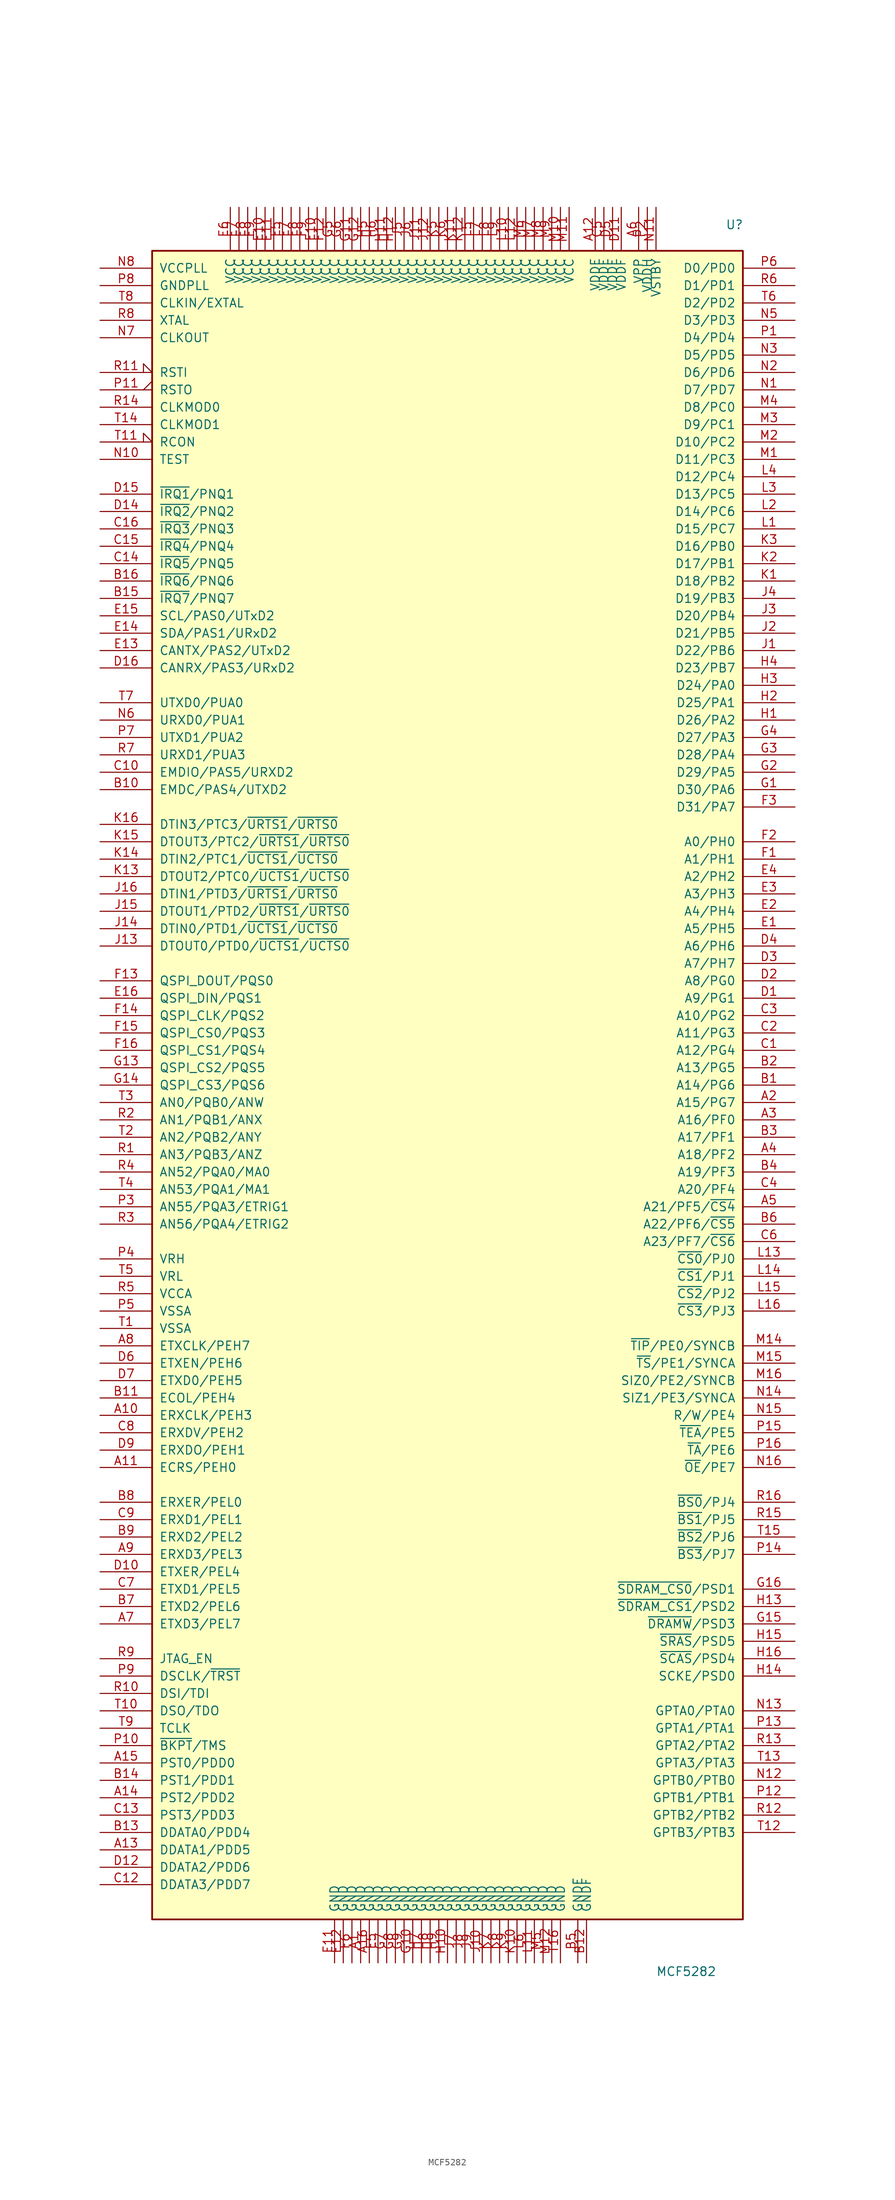
<source format=kicad_sym>
(kicad_symbol_lib
  (version 20201005)
  (generator kicad_symbol_editor)
  (symbol "MCF5282"
    (pin_names
      (offset 1.016))
    (property "Reference" "U"
      (at 40.64 125.73 0)
      (effects (font (size 1.27 1.27)) (justify left)))
    (property "Value" "MCF5282"
      (at 30.48 -129.54 0)
      (effects (font (size 1.27 1.27)) (justify left)))
    (symbol "MCF5282_0_1"
      (rectangle (start -43.18 121.92) (end 43.18 -121.92) (stroke (width 0.254)) (fill (type background))))
    (symbol "MCF5282_1_1"
      (pin power_in line (at -12.7 -128.27 90) (length 6.35) (name "GND" (effects (font (size 1.27 1.27)))) (number "A1" (effects (font (size 1.27 1.27)))))
      (pin bidirectional line (at -50.8 -48.26 0) (length 7.62) (name "ERXCLK/PEH3" (effects (font (size 1.27 1.27)))) (number "A10" (effects (font (size 1.27 1.27)))))
      (pin bidirectional line (at -50.8 -55.88 0) (length 7.62) (name "ECRS/PEH0" (effects (font (size 1.27 1.27)))) (number "A11" (effects (font (size 1.27 1.27)))))
      (pin power_in line (at 21.59 128.27 270) (length 6.35) (name "VDDF" (effects (font (size 1.27 1.27)))) (number "A12" (effects (font (size 1.27 1.27)))))
      (pin output line (at -50.8 -111.76 0) (length 7.62) (name "DDATA1/PDD5" (effects (font (size 1.27 1.27)))) (number "A13" (effects (font (size 1.27 1.27)))))
      (pin output line (at -50.8 -104.14 0) (length 7.62) (name "PST2/PDD2" (effects (font (size 1.27 1.27)))) (number "A14" (effects (font (size 1.27 1.27)))))
      (pin output line (at -50.8 -99.06 0) (length 7.62) (name "PST0/PDD0" (effects (font (size 1.27 1.27)))) (number "A15" (effects (font (size 1.27 1.27)))))
      (pin power_in line (at -11.43 -128.27 90) (length 6.35) (name "GND" (effects (font (size 1.27 1.27)))) (number "A16" (effects (font (size 1.27 1.27)))))
      (pin bidirectional line (at 50.8 -2.54 180) (length 7.62) (name "A15/PG7" (effects (font (size 1.27 1.27)))) (number "A2" (effects (font (size 1.27 1.27)))))
      (pin bidirectional line (at 50.8 -5.08 180) (length 7.62) (name "A16/PF0" (effects (font (size 1.27 1.27)))) (number "A3" (effects (font (size 1.27 1.27)))))
      (pin bidirectional line (at 50.8 -10.16 180) (length 7.62) (name "A18/PF2" (effects (font (size 1.27 1.27)))) (number "A4" (effects (font (size 1.27 1.27)))))
      (pin bidirectional line (at 50.8 -17.78 180) (length 7.62) (name "A21/PF5/~CS4~" (effects (font (size 1.27 1.27)))) (number "A5" (effects (font (size 1.27 1.27)))))
      (pin power_in line (at 27.94 128.27 270) (length 6.35) (name "VPP" (effects (font (size 1.27 1.27)))) (number "A6" (effects (font (size 1.27 1.27)))))
      (pin bidirectional line (at -50.8 -78.74 0) (length 7.62) (name "ETXD3/PEL7" (effects (font (size 1.27 1.27)))) (number "A7" (effects (font (size 1.27 1.27)))))
      (pin bidirectional line (at -50.8 -38.1 0) (length 7.62) (name "ETXCLK/PEH7" (effects (font (size 1.27 1.27)))) (number "A8" (effects (font (size 1.27 1.27)))))
      (pin bidirectional line (at -50.8 -68.58 0) (length 7.62) (name "ERXD3/PEL3" (effects (font (size 1.27 1.27)))) (number "A9" (effects (font (size 1.27 1.27)))))
      (pin bidirectional line (at 50.8 0 180) (length 7.62) (name "A14/PG6" (effects (font (size 1.27 1.27)))) (number "B1" (effects (font (size 1.27 1.27)))))
      (pin input line (at -50.8 43.18 0) (length 7.62) (name "EMDC/PAS4/UTXD2" (effects (font (size 1.27 1.27)))) (number "B10" (effects (font (size 1.27 1.27)))))
      (pin bidirectional line (at -50.8 -45.72 0) (length 7.62) (name "ECOL/PEH4" (effects (font (size 1.27 1.27)))) (number "B11" (effects (font (size 1.27 1.27)))))
      (pin power_in line (at 20.32 -128.27 90) (length 6.35) (name "GNDF" (effects (font (size 1.27 1.27)))) (number "B12" (effects (font (size 1.27 1.27)))))
      (pin output line (at -50.8 -109.22 0) (length 7.62) (name "DDATA0/PDD4" (effects (font (size 1.27 1.27)))) (number "B13" (effects (font (size 1.27 1.27)))))
      (pin output line (at -50.8 -101.6 0) (length 7.62) (name "PST1/PDD1" (effects (font (size 1.27 1.27)))) (number "B14" (effects (font (size 1.27 1.27)))))
      (pin bidirectional line (at -50.8 71.12 0) (length 7.62) (name "~IRQ7~/PNQ7" (effects (font (size 1.27 1.27)))) (number "B15" (effects (font (size 1.27 1.27)))))
      (pin bidirectional line (at -50.8 73.66 0) (length 7.62) (name "~IRQ6~/PNQ6" (effects (font (size 1.27 1.27)))) (number "B16" (effects (font (size 1.27 1.27)))))
      (pin bidirectional line (at 50.8 2.54 180) (length 7.62) (name "A13/PG5" (effects (font (size 1.27 1.27)))) (number "B2" (effects (font (size 1.27 1.27)))))
      (pin bidirectional line (at 50.8 -7.62 180) (length 7.62) (name "A17/PF1" (effects (font (size 1.27 1.27)))) (number "B3" (effects (font (size 1.27 1.27)))))
      (pin bidirectional line (at 50.8 -12.7 180) (length 7.62) (name "A19/PF3" (effects (font (size 1.27 1.27)))) (number "B4" (effects (font (size 1.27 1.27)))))
      (pin passive line (at 19.05 -128.27 90) (length 6.35) (name "GNDF" (effects (font (size 1.27 1.27)))) (number "B5" (effects (font (size 1.27 1.27)))))
      (pin bidirectional line (at 50.8 -20.32 180) (length 7.62) (name "A22/PF6/~CS5~" (effects (font (size 1.27 1.27)))) (number "B6" (effects (font (size 1.27 1.27)))))
      (pin bidirectional line (at -50.8 -76.2 0) (length 7.62) (name "ETXD2/PEL6" (effects (font (size 1.27 1.27)))) (number "B7" (effects (font (size 1.27 1.27)))))
      (pin bidirectional line (at -50.8 -60.96 0) (length 7.62) (name "ERXER/PEL0" (effects (font (size 1.27 1.27)))) (number "B8" (effects (font (size 1.27 1.27)))))
      (pin bidirectional line (at -50.8 -66.04 0) (length 7.62) (name "ERXD2/PEL2" (effects (font (size 1.27 1.27)))) (number "B9" (effects (font (size 1.27 1.27)))))
      (pin bidirectional line (at 50.8 5.08 180) (length 7.62) (name "A12/PG4" (effects (font (size 1.27 1.27)))) (number "C1" (effects (font (size 1.27 1.27)))))
      (pin bidirectional line (at -50.8 45.72 0) (length 7.62) (name "EMDIO/PAS5/URXD2" (effects (font (size 1.27 1.27)))) (number "C10" (effects (font (size 1.27 1.27)))))
      (pin output line (at -50.8 -116.84 0) (length 7.62) (name "DDATA3/PDD7" (effects (font (size 1.27 1.27)))) (number "C12" (effects (font (size 1.27 1.27)))))
      (pin output line (at -50.8 -106.68 0) (length 7.62) (name "PST3/PDD3" (effects (font (size 1.27 1.27)))) (number "C13" (effects (font (size 1.27 1.27)))))
      (pin bidirectional line (at -50.8 76.2 0) (length 7.62) (name "~IRQ5~/PNQ5" (effects (font (size 1.27 1.27)))) (number "C14" (effects (font (size 1.27 1.27)))))
      (pin bidirectional line (at -50.8 78.74 0) (length 7.62) (name "~IRQ4~/PNQ4" (effects (font (size 1.27 1.27)))) (number "C15" (effects (font (size 1.27 1.27)))))
      (pin bidirectional line (at -50.8 81.28 0) (length 7.62) (name "~IRQ3~/PNQ3" (effects (font (size 1.27 1.27)))) (number "C16" (effects (font (size 1.27 1.27)))))
      (pin bidirectional line (at 50.8 7.62 180) (length 7.62) (name "A11/PG3" (effects (font (size 1.27 1.27)))) (number "C2" (effects (font (size 1.27 1.27)))))
      (pin bidirectional line (at 50.8 10.16 180) (length 7.62) (name "A10/PG2" (effects (font (size 1.27 1.27)))) (number "C3" (effects (font (size 1.27 1.27)))))
      (pin bidirectional line (at 50.8 -15.24 180) (length 7.62) (name "A20/PF4" (effects (font (size 1.27 1.27)))) (number "C4" (effects (font (size 1.27 1.27)))))
      (pin power_in line (at 22.86 128.27 270) (length 6.35) (name "VDDF" (effects (font (size 1.27 1.27)))) (number "C5" (effects (font (size 1.27 1.27)))))
      (pin bidirectional line (at 50.8 -22.86 180) (length 7.62) (name "A23/PF7/~CS6~" (effects (font (size 1.27 1.27)))) (number "C6" (effects (font (size 1.27 1.27)))))
      (pin bidirectional line (at -50.8 -73.66 0) (length 7.62) (name "ETXD1/PEL5" (effects (font (size 1.27 1.27)))) (number "C7" (effects (font (size 1.27 1.27)))))
      (pin bidirectional line (at -50.8 -50.8 0) (length 7.62) (name "ERXDV/PEH2" (effects (font (size 1.27 1.27)))) (number "C8" (effects (font (size 1.27 1.27)))))
      (pin bidirectional line (at -50.8 -63.5 0) (length 7.62) (name "ERXD1/PEL1" (effects (font (size 1.27 1.27)))) (number "C9" (effects (font (size 1.27 1.27)))))
      (pin bidirectional line (at 50.8 12.7 180) (length 7.62) (name "A9/PG1" (effects (font (size 1.27 1.27)))) (number "D1" (effects (font (size 1.27 1.27)))))
      (pin bidirectional line (at -50.8 -71.12 0) (length 7.62) (name "ETXER/PEL4" (effects (font (size 1.27 1.27)))) (number "D10" (effects (font (size 1.27 1.27)))))
      (pin power_in line (at 25.4 128.27 270) (length 6.35) (name "VDDF" (effects (font (size 1.27 1.27)))) (number "D11" (effects (font (size 1.27 1.27)))))
      (pin output line (at -50.8 -114.3 0) (length 7.62) (name "DDATA2/PDD6" (effects (font (size 1.27 1.27)))) (number "D12" (effects (font (size 1.27 1.27)))))
      (pin bidirectional line (at -50.8 83.82 0) (length 7.62) (name "~IRQ2~/PNQ2" (effects (font (size 1.27 1.27)))) (number "D14" (effects (font (size 1.27 1.27)))))
      (pin bidirectional line (at -50.8 86.36 0) (length 7.62) (name "~IRQ1~/PNQ1" (effects (font (size 1.27 1.27)))) (number "D15" (effects (font (size 1.27 1.27)))))
      (pin bidirectional line (at -50.8 60.96 0) (length 7.62) (name "CANRX/PAS3/URxD2" (effects (font (size 1.27 1.27)))) (number "D16" (effects (font (size 1.27 1.27)))))
      (pin bidirectional line (at 50.8 15.24 180) (length 7.62) (name "A8/PG0" (effects (font (size 1.27 1.27)))) (number "D2" (effects (font (size 1.27 1.27)))))
      (pin bidirectional line (at 50.8 17.78 180) (length 7.62) (name "A7/PH7" (effects (font (size 1.27 1.27)))) (number "D3" (effects (font (size 1.27 1.27)))))
      (pin bidirectional line (at 50.8 20.32 180) (length 7.62) (name "A6/PH6" (effects (font (size 1.27 1.27)))) (number "D4" (effects (font (size 1.27 1.27)))))
      (pin power_in line (at 24.13 128.27 270) (length 6.35) (name "VDDF" (effects (font (size 1.27 1.27)))) (number "D5" (effects (font (size 1.27 1.27)))))
      (pin bidirectional line (at -50.8 -40.64 0) (length 7.62) (name "ETXEN/PEH6" (effects (font (size 1.27 1.27)))) (number "D6" (effects (font (size 1.27 1.27)))))
      (pin bidirectional line (at -50.8 -43.18 0) (length 7.62) (name "ETXD0/PEH5" (effects (font (size 1.27 1.27)))) (number "D7" (effects (font (size 1.27 1.27)))))
      (pin bidirectional line (at -50.8 -53.34 0) (length 7.62) (name "ERXDO/PEH1" (effects (font (size 1.27 1.27)))) (number "D9" (effects (font (size 1.27 1.27)))))
      (pin bidirectional line (at 50.8 22.86 180) (length 7.62) (name "A5/PH5" (effects (font (size 1.27 1.27)))) (number "E1" (effects (font (size 1.27 1.27)))))
      (pin power_in line (at -26.67 128.27 270) (length 6.35) (name "VCC" (effects (font (size 1.27 1.27)))) (number "E10" (effects (font (size 1.27 1.27)))))
      (pin power_in line (at -25.4 128.27 270) (length 6.35) (name "VCC" (effects (font (size 1.27 1.27)))) (number "E11" (effects (font (size 1.27 1.27)))))
      (pin power_in line (at -15.24 -128.27 90) (length 6.35) (name "GND" (effects (font (size 1.27 1.27)))) (number "E12" (effects (font (size 1.27 1.27)))))
      (pin bidirectional line (at -50.8 63.5 0) (length 7.62) (name "CANTX/PAS2/UTxD2" (effects (font (size 1.27 1.27)))) (number "E13" (effects (font (size 1.27 1.27)))))
      (pin bidirectional line (at -50.8 66.04 0) (length 7.62) (name "SDA/PAS1/URxD2" (effects (font (size 1.27 1.27)))) (number "E14" (effects (font (size 1.27 1.27)))))
      (pin bidirectional line (at -50.8 68.58 0) (length 7.62) (name "SCL/PAS0/UTxD2" (effects (font (size 1.27 1.27)))) (number "E15" (effects (font (size 1.27 1.27)))))
      (pin bidirectional line (at -50.8 12.7 0) (length 7.62) (name "QSPI_DIN/PQS1" (effects (font (size 1.27 1.27)))) (number "E16" (effects (font (size 1.27 1.27)))))
      (pin bidirectional line (at 50.8 25.4 180) (length 7.62) (name "A4/PH4" (effects (font (size 1.27 1.27)))) (number "E2" (effects (font (size 1.27 1.27)))))
      (pin bidirectional line (at 50.8 27.94 180) (length 7.62) (name "A3/PH3" (effects (font (size 1.27 1.27)))) (number "E3" (effects (font (size 1.27 1.27)))))
      (pin bidirectional line (at 50.8 30.48 180) (length 7.62) (name "A2/PH2" (effects (font (size 1.27 1.27)))) (number "E4" (effects (font (size 1.27 1.27)))))
      (pin power_in line (at -10.16 -128.27 90) (length 6.35) (name "GND" (effects (font (size 1.27 1.27)))) (number "E5" (effects (font (size 1.27 1.27)))))
      (pin power_in line (at -31.75 128.27 270) (length 6.35) (name "VCC" (effects (font (size 1.27 1.27)))) (number "E6" (effects (font (size 1.27 1.27)))))
      (pin power_in line (at -30.48 128.27 270) (length 6.35) (name "VCC" (effects (font (size 1.27 1.27)))) (number "E7" (effects (font (size 1.27 1.27)))))
      (pin power_in line (at -29.21 128.27 270) (length 6.35) (name "VCC" (effects (font (size 1.27 1.27)))) (number "E8" (effects (font (size 1.27 1.27)))))
      (pin power_in line (at -27.94 128.27 270) (length 6.35) (name "VCC" (effects (font (size 1.27 1.27)))) (number "E9" (effects (font (size 1.27 1.27)))))
      (pin bidirectional line (at 50.8 33.02 180) (length 7.62) (name "A1/PH1" (effects (font (size 1.27 1.27)))) (number "F1" (effects (font (size 1.27 1.27)))))
      (pin power_in line (at -19.05 128.27 270) (length 6.35) (name "VCC" (effects (font (size 1.27 1.27)))) (number "F10" (effects (font (size 1.27 1.27)))))
      (pin power_in line (at -16.51 -128.27 90) (length 6.35) (name "GND" (effects (font (size 1.27 1.27)))) (number "F11" (effects (font (size 1.27 1.27)))))
      (pin power_in line (at -17.78 128.27 270) (length 6.35) (name "VCC" (effects (font (size 1.27 1.27)))) (number "F12" (effects (font (size 1.27 1.27)))))
      (pin bidirectional line (at -50.8 15.24 0) (length 7.62) (name "QSPI_DOUT/PQS0" (effects (font (size 1.27 1.27)))) (number "F13" (effects (font (size 1.27 1.27)))))
      (pin bidirectional line (at -50.8 10.16 0) (length 7.62) (name "QSPI_CLK/PQS2" (effects (font (size 1.27 1.27)))) (number "F14" (effects (font (size 1.27 1.27)))))
      (pin bidirectional line (at -50.8 7.62 0) (length 7.62) (name "QSPI_CS0/PQS3" (effects (font (size 1.27 1.27)))) (number "F15" (effects (font (size 1.27 1.27)))))
      (pin bidirectional line (at -50.8 5.08 0) (length 7.62) (name "QSPI_CS1/PQS4" (effects (font (size 1.27 1.27)))) (number "F16" (effects (font (size 1.27 1.27)))))
      (pin bidirectional line (at 50.8 35.56 180) (length 7.62) (name "A0/PH0" (effects (font (size 1.27 1.27)))) (number "F2" (effects (font (size 1.27 1.27)))))
      (pin bidirectional line (at 50.8 40.64 180) (length 7.62) (name "D31/PA7" (effects (font (size 1.27 1.27)))) (number "F3" (effects (font (size 1.27 1.27)))))
      (pin power_in line (at -24.13 128.27 270) (length 6.35) (name "VCC" (effects (font (size 1.27 1.27)))) (number "F5" (effects (font (size 1.27 1.27)))))
      (pin power_in line (at -13.97 -128.27 90) (length 6.35) (name "GND" (effects (font (size 1.27 1.27)))) (number "F6" (effects (font (size 1.27 1.27)))))
      (pin power_in line (at -22.86 128.27 270) (length 6.35) (name "VCC" (effects (font (size 1.27 1.27)))) (number "F7" (effects (font (size 1.27 1.27)))))
      (pin power_in line (at -21.59 128.27 270) (length 6.35) (name "VCC" (effects (font (size 1.27 1.27)))) (number "F8" (effects (font (size 1.27 1.27)))))
      (pin power_in line (at -20.32 128.27 270) (length 6.35) (name "VCC" (effects (font (size 1.27 1.27)))) (number "F9" (effects (font (size 1.27 1.27)))))
      (pin bidirectional line (at 50.8 43.18 180) (length 7.62) (name "D30/PA6" (effects (font (size 1.27 1.27)))) (number "G1" (effects (font (size 1.27 1.27)))))
      (pin power_in line (at -5.08 -128.27 90) (length 6.35) (name "GND" (effects (font (size 1.27 1.27)))) (number "G10" (effects (font (size 1.27 1.27)))))
      (pin power_in line (at -13.97 128.27 270) (length 6.35) (name "VCC" (effects (font (size 1.27 1.27)))) (number "G11" (effects (font (size 1.27 1.27)))))
      (pin power_in line (at -12.7 128.27 270) (length 6.35) (name "VCC" (effects (font (size 1.27 1.27)))) (number "G12" (effects (font (size 1.27 1.27)))))
      (pin bidirectional line (at -50.8 2.54 0) (length 7.62) (name "QSPI_CS2/PQS5" (effects (font (size 1.27 1.27)))) (number "G13" (effects (font (size 1.27 1.27)))))
      (pin bidirectional line (at -50.8 0 0) (length 7.62) (name "QSPI_CS3/PQS6" (effects (font (size 1.27 1.27)))) (number "G14" (effects (font (size 1.27 1.27)))))
      (pin bidirectional line (at 50.8 -78.74 180) (length 7.62) (name "~DRAMW~/PSD3" (effects (font (size 1.27 1.27)))) (number "G15" (effects (font (size 1.27 1.27)))))
      (pin bidirectional line (at 50.8 -73.66 180) (length 7.62) (name "~SDRAM_CS0~/PSD1" (effects (font (size 1.27 1.27)))) (number "G16" (effects (font (size 1.27 1.27)))))
      (pin bidirectional line (at 50.8 45.72 180) (length 7.62) (name "D29/PA5" (effects (font (size 1.27 1.27)))) (number "G2" (effects (font (size 1.27 1.27)))))
      (pin bidirectional line (at 50.8 48.26 180) (length 7.62) (name "D28/PA4" (effects (font (size 1.27 1.27)))) (number "G3" (effects (font (size 1.27 1.27)))))
      (pin bidirectional line (at 50.8 50.8 180) (length 7.62) (name "D27/PA3" (effects (font (size 1.27 1.27)))) (number "G4" (effects (font (size 1.27 1.27)))))
      (pin power_in line (at -16.51 128.27 270) (length 6.35) (name "VCC" (effects (font (size 1.27 1.27)))) (number "G5" (effects (font (size 1.27 1.27)))))
      (pin power_in line (at -15.24 128.27 270) (length 6.35) (name "VCC" (effects (font (size 1.27 1.27)))) (number "G6" (effects (font (size 1.27 1.27)))))
      (pin power_in line (at -8.89 -128.27 90) (length 6.35) (name "GND" (effects (font (size 1.27 1.27)))) (number "G7" (effects (font (size 1.27 1.27)))))
      (pin power_in line (at -7.62 -128.27 90) (length 6.35) (name "GND" (effects (font (size 1.27 1.27)))) (number "G8" (effects (font (size 1.27 1.27)))))
      (pin power_in line (at -6.35 -128.27 90) (length 6.35) (name "GND" (effects (font (size 1.27 1.27)))) (number "G9" (effects (font (size 1.27 1.27)))))
      (pin bidirectional line (at 50.8 53.34 180) (length 7.62) (name "D26/PA2" (effects (font (size 1.27 1.27)))) (number "H1" (effects (font (size 1.27 1.27)))))
      (pin power_in line (at 0 -128.27 90) (length 6.35) (name "GND" (effects (font (size 1.27 1.27)))) (number "H10" (effects (font (size 1.27 1.27)))))
      (pin power_in line (at -8.89 128.27 270) (length 6.35) (name "VCC" (effects (font (size 1.27 1.27)))) (number "H11" (effects (font (size 1.27 1.27)))))
      (pin power_in line (at -7.62 128.27 270) (length 6.35) (name "VCC" (effects (font (size 1.27 1.27)))) (number "H12" (effects (font (size 1.27 1.27)))))
      (pin output line (at 50.8 -76.2 180) (length 7.62) (name "~SDRAM_CS1~/PSD2" (effects (font (size 1.27 1.27)))) (number "H13" (effects (font (size 1.27 1.27)))))
      (pin bidirectional line (at 50.8 -86.36 180) (length 7.62) (name "SCKE/PSD0" (effects (font (size 1.27 1.27)))) (number "H14" (effects (font (size 1.27 1.27)))))
      (pin bidirectional line (at 50.8 -81.28 180) (length 7.62) (name "~SRAS~/PSD5" (effects (font (size 1.27 1.27)))) (number "H15" (effects (font (size 1.27 1.27)))))
      (pin bidirectional line (at 50.8 -83.82 180) (length 7.62) (name "~SCAS~/PSD4" (effects (font (size 1.27 1.27)))) (number "H16" (effects (font (size 1.27 1.27)))))
      (pin bidirectional line (at 50.8 55.88 180) (length 7.62) (name "D25/PA1" (effects (font (size 1.27 1.27)))) (number "H2" (effects (font (size 1.27 1.27)))))
      (pin bidirectional line (at 50.8 58.42 180) (length 7.62) (name "D24/PA0" (effects (font (size 1.27 1.27)))) (number "H3" (effects (font (size 1.27 1.27)))))
      (pin bidirectional line (at 50.8 60.96 180) (length 7.62) (name "D23/PB7" (effects (font (size 1.27 1.27)))) (number "H4" (effects (font (size 1.27 1.27)))))
      (pin power_in line (at -11.43 128.27 270) (length 6.35) (name "VCC" (effects (font (size 1.27 1.27)))) (number "H5" (effects (font (size 1.27 1.27)))))
      (pin power_in line (at -10.16 128.27 270) (length 6.35) (name "VCC" (effects (font (size 1.27 1.27)))) (number "H6" (effects (font (size 1.27 1.27)))))
      (pin power_in line (at -3.81 -128.27 90) (length 6.35) (name "GND" (effects (font (size 1.27 1.27)))) (number "H7" (effects (font (size 1.27 1.27)))))
      (pin power_in line (at -2.54 -128.27 90) (length 6.35) (name "GND" (effects (font (size 1.27 1.27)))) (number "H8" (effects (font (size 1.27 1.27)))))
      (pin power_in line (at -1.27 -128.27 90) (length 6.35) (name "GND" (effects (font (size 1.27 1.27)))) (number "H9" (effects (font (size 1.27 1.27)))))
      (pin bidirectional line (at 50.8 63.5 180) (length 7.62) (name "D22/PB6" (effects (font (size 1.27 1.27)))) (number "J1" (effects (font (size 1.27 1.27)))))
      (pin power_in line (at 5.08 -128.27 90) (length 6.35) (name "GND" (effects (font (size 1.27 1.27)))) (number "J10" (effects (font (size 1.27 1.27)))))
      (pin power_in line (at -3.81 128.27 270) (length 6.35) (name "VCC" (effects (font (size 1.27 1.27)))) (number "J11" (effects (font (size 1.27 1.27)))))
      (pin power_in line (at -2.54 128.27 270) (length 6.35) (name "VCC" (effects (font (size 1.27 1.27)))) (number "J12" (effects (font (size 1.27 1.27)))))
      (pin input line (at -50.8 20.32 0) (length 7.62) (name "DTOUT0/PTD0/~UCTS1~/~UCTS0~" (effects (font (size 1.27 1.27)))) (number "J13" (effects (font (size 1.27 1.27)))))
      (pin bidirectional line (at -50.8 22.86 0) (length 7.62) (name "DTIN0/PTD1/~UCTS1~/~UCTS0~" (effects (font (size 1.27 1.27)))) (number "J14" (effects (font (size 1.27 1.27)))))
      (pin bidirectional line (at -50.8 25.4 0) (length 7.62) (name "DTOUT1/PTD2/~URTS1~/~URTS0~" (effects (font (size 1.27 1.27)))) (number "J15" (effects (font (size 1.27 1.27)))))
      (pin bidirectional line (at -50.8 27.94 0) (length 7.62) (name "DTIN1/PTD3/~URTS1~/~URTS0~" (effects (font (size 1.27 1.27)))) (number "J16" (effects (font (size 1.27 1.27)))))
      (pin bidirectional line (at 50.8 66.04 180) (length 7.62) (name "D21/PB5" (effects (font (size 1.27 1.27)))) (number "J2" (effects (font (size 1.27 1.27)))))
      (pin bidirectional line (at 50.8 68.58 180) (length 7.62) (name "D20/PB4" (effects (font (size 1.27 1.27)))) (number "J3" (effects (font (size 1.27 1.27)))))
      (pin bidirectional line (at 50.8 71.12 180) (length 7.62) (name "D19/PB3" (effects (font (size 1.27 1.27)))) (number "J4" (effects (font (size 1.27 1.27)))))
      (pin power_in line (at -6.35 128.27 270) (length 6.35) (name "VCC" (effects (font (size 1.27 1.27)))) (number "J5" (effects (font (size 1.27 1.27)))))
      (pin power_in line (at -5.08 128.27 270) (length 6.35) (name "VCC" (effects (font (size 1.27 1.27)))) (number "J6" (effects (font (size 1.27 1.27)))))
      (pin power_in line (at 1.27 -128.27 90) (length 6.35) (name "GND" (effects (font (size 1.27 1.27)))) (number "J7" (effects (font (size 1.27 1.27)))))
      (pin power_in line (at 2.54 -128.27 90) (length 6.35) (name "GND" (effects (font (size 1.27 1.27)))) (number "J8" (effects (font (size 1.27 1.27)))))
      (pin power_in line (at 3.81 -128.27 90) (length 6.35) (name "GND" (effects (font (size 1.27 1.27)))) (number "J9" (effects (font (size 1.27 1.27)))))
      (pin bidirectional line (at 50.8 73.66 180) (length 7.62) (name "D18/PB2" (effects (font (size 1.27 1.27)))) (number "K1" (effects (font (size 1.27 1.27)))))
      (pin power_in line (at 10.16 -128.27 90) (length 6.35) (name "GND" (effects (font (size 1.27 1.27)))) (number "K10" (effects (font (size 1.27 1.27)))))
      (pin power_in line (at 1.27 128.27 270) (length 6.35) (name "VCC" (effects (font (size 1.27 1.27)))) (number "K11" (effects (font (size 1.27 1.27)))))
      (pin power_in line (at 2.54 128.27 270) (length 6.35) (name "VCC" (effects (font (size 1.27 1.27)))) (number "K12" (effects (font (size 1.27 1.27)))))
      (pin bidirectional line (at -50.8 30.48 0) (length 7.62) (name "DTOUT2/PTC0/~UCTS1~/~UCTS0~" (effects (font (size 1.27 1.27)))) (number "K13" (effects (font (size 1.27 1.27)))))
      (pin bidirectional line (at -50.8 33.02 0) (length 7.62) (name "DTIN2/PTC1/~UCTS1~/~UCTS0~" (effects (font (size 1.27 1.27)))) (number "K14" (effects (font (size 1.27 1.27)))))
      (pin bidirectional line (at -50.8 35.56 0) (length 7.62) (name "DTOUT3/PTC2/~URTS1~/~URTS0~" (effects (font (size 1.27 1.27)))) (number "K15" (effects (font (size 1.27 1.27)))))
      (pin bidirectional line (at -50.8 38.1 0) (length 7.62) (name "DTIN3/PTC3/~URTS1~/~URTS0~" (effects (font (size 1.27 1.27)))) (number "K16" (effects (font (size 1.27 1.27)))))
      (pin bidirectional line (at 50.8 76.2 180) (length 7.62) (name "D17/PB1" (effects (font (size 1.27 1.27)))) (number "K2" (effects (font (size 1.27 1.27)))))
      (pin bidirectional line (at 50.8 78.74 180) (length 7.62) (name "D16/PB0" (effects (font (size 1.27 1.27)))) (number "K3" (effects (font (size 1.27 1.27)))))
      (pin power_in line (at -1.27 128.27 270) (length 6.35) (name "VCC" (effects (font (size 1.27 1.27)))) (number "K5" (effects (font (size 1.27 1.27)))))
      (pin power_in line (at 0 128.27 270) (length 6.35) (name "VCC" (effects (font (size 1.27 1.27)))) (number "K6" (effects (font (size 1.27 1.27)))))
      (pin power_in line (at 6.35 -128.27 90) (length 6.35) (name "GND" (effects (font (size 1.27 1.27)))) (number "K7" (effects (font (size 1.27 1.27)))))
      (pin power_in line (at 7.62 -128.27 90) (length 6.35) (name "GND" (effects (font (size 1.27 1.27)))) (number "K8" (effects (font (size 1.27 1.27)))))
      (pin power_in line (at 8.89 -128.27 90) (length 6.35) (name "GND" (effects (font (size 1.27 1.27)))) (number "K9" (effects (font (size 1.27 1.27)))))
      (pin bidirectional line (at 50.8 81.28 180) (length 7.62) (name "D15/PC7" (effects (font (size 1.27 1.27)))) (number "L1" (effects (font (size 1.27 1.27)))))
      (pin power_in line (at 8.89 128.27 270) (length 6.35) (name "VCC" (effects (font (size 1.27 1.27)))) (number "L10" (effects (font (size 1.27 1.27)))))
      (pin power_in line (at 12.7 -128.27 90) (length 6.35) (name "GND" (effects (font (size 1.27 1.27)))) (number "L11" (effects (font (size 1.27 1.27)))))
      (pin power_in line (at 10.16 128.27 270) (length 6.35) (name "VCC" (effects (font (size 1.27 1.27)))) (number "L12" (effects (font (size 1.27 1.27)))))
      (pin bidirectional line (at 50.8 -25.4 180) (length 7.62) (name "~CS0~/PJ0" (effects (font (size 1.27 1.27)))) (number "L13" (effects (font (size 1.27 1.27)))))
      (pin bidirectional line (at 50.8 -27.94 180) (length 7.62) (name "~CS1~/PJ1" (effects (font (size 1.27 1.27)))) (number "L14" (effects (font (size 1.27 1.27)))))
      (pin bidirectional line (at 50.8 -30.48 180) (length 7.62) (name "~CS2~/PJ2" (effects (font (size 1.27 1.27)))) (number "L15" (effects (font (size 1.27 1.27)))))
      (pin bidirectional line (at 50.8 -33.02 180) (length 7.62) (name "~CS3~/PJ3" (effects (font (size 1.27 1.27)))) (number "L16" (effects (font (size 1.27 1.27)))))
      (pin bidirectional line (at 50.8 83.82 180) (length 7.62) (name "D14/PC6" (effects (font (size 1.27 1.27)))) (number "L2" (effects (font (size 1.27 1.27)))))
      (pin bidirectional line (at 50.8 86.36 180) (length 7.62) (name "D13/PC5" (effects (font (size 1.27 1.27)))) (number "L3" (effects (font (size 1.27 1.27)))))
      (pin bidirectional line (at 50.8 88.9 180) (length 7.62) (name "D12/PC4" (effects (font (size 1.27 1.27)))) (number "L4" (effects (font (size 1.27 1.27)))))
      (pin power_in line (at 3.81 128.27 270) (length 6.35) (name "VCC" (effects (font (size 1.27 1.27)))) (number "L5" (effects (font (size 1.27 1.27)))))
      (pin power_in line (at 11.43 -128.27 90) (length 6.35) (name "GND" (effects (font (size 1.27 1.27)))) (number "L6" (effects (font (size 1.27 1.27)))))
      (pin power_in line (at 5.08 128.27 270) (length 6.35) (name "VCC" (effects (font (size 1.27 1.27)))) (number "L7" (effects (font (size 1.27 1.27)))))
      (pin power_in line (at 6.35 128.27 270) (length 6.35) (name "VCC" (effects (font (size 1.27 1.27)))) (number "L8" (effects (font (size 1.27 1.27)))))
      (pin power_in line (at 7.62 128.27 270) (length 6.35) (name "VCC" (effects (font (size 1.27 1.27)))) (number "L9" (effects (font (size 1.27 1.27)))))
      (pin bidirectional line (at 50.8 91.44 180) (length 7.62) (name "D11/PC3" (effects (font (size 1.27 1.27)))) (number "M1" (effects (font (size 1.27 1.27)))))
      (pin power_in line (at 16.51 128.27 270) (length 6.35) (name "VCC" (effects (font (size 1.27 1.27)))) (number "M10" (effects (font (size 1.27 1.27)))))
      (pin power_in line (at 17.78 128.27 270) (length 6.35) (name "VCC" (effects (font (size 1.27 1.27)))) (number "M11" (effects (font (size 1.27 1.27)))))
      (pin power_in line (at 15.24 -128.27 90) (length 6.35) (name "GND" (effects (font (size 1.27 1.27)))) (number "M12" (effects (font (size 1.27 1.27)))))
      (pin bidirectional line (at 50.8 -38.1 180) (length 7.62) (name "~TIP~/PE0/SYNCB" (effects (font (size 1.27 1.27)))) (number "M14" (effects (font (size 1.27 1.27)))))
      (pin bidirectional line (at 50.8 -40.64 180) (length 7.62) (name "~TS~/PE1/SYNCA" (effects (font (size 1.27 1.27)))) (number "M15" (effects (font (size 1.27 1.27)))))
      (pin bidirectional line (at 50.8 -43.18 180) (length 7.62) (name "SIZ0/PE2/SYNCB" (effects (font (size 1.27 1.27)))) (number "M16" (effects (font (size 1.27 1.27)))))
      (pin bidirectional line (at 50.8 93.98 180) (length 7.62) (name "D10/PC2" (effects (font (size 1.27 1.27)))) (number "M2" (effects (font (size 1.27 1.27)))))
      (pin bidirectional line (at 50.8 96.52 180) (length 7.62) (name "D9/PC1" (effects (font (size 1.27 1.27)))) (number "M3" (effects (font (size 1.27 1.27)))))
      (pin bidirectional line (at 50.8 99.06 180) (length 7.62) (name "D8/PC0" (effects (font (size 1.27 1.27)))) (number "M4" (effects (font (size 1.27 1.27)))))
      (pin power_in line (at 13.97 -128.27 90) (length 6.35) (name "GND" (effects (font (size 1.27 1.27)))) (number "M5" (effects (font (size 1.27 1.27)))))
      (pin power_in line (at 11.43 128.27 270) (length 6.35) (name "VCC" (effects (font (size 1.27 1.27)))) (number "M6" (effects (font (size 1.27 1.27)))))
      (pin power_in line (at 12.7 128.27 270) (length 6.35) (name "VCC" (effects (font (size 1.27 1.27)))) (number "M7" (effects (font (size 1.27 1.27)))))
      (pin power_in line (at 13.97 128.27 270) (length 6.35) (name "VCC" (effects (font (size 1.27 1.27)))) (number "M8" (effects (font (size 1.27 1.27)))))
      (pin power_in line (at 15.24 128.27 270) (length 6.35) (name "VCC" (effects (font (size 1.27 1.27)))) (number "M9" (effects (font (size 1.27 1.27)))))
      (pin bidirectional line (at 50.8 101.6 180) (length 7.62) (name "D7/PD7" (effects (font (size 1.27 1.27)))) (number "N1" (effects (font (size 1.27 1.27)))))
      (pin input line (at -50.8 91.44 0) (length 7.62) (name "TEST" (effects (font (size 1.27 1.27)))) (number "N10" (effects (font (size 1.27 1.27)))))
      (pin power_in line (at 30.48 128.27 270) (length 6.35) (name "VSTBY" (effects (font (size 1.27 1.27)))) (number "N11" (effects (font (size 1.27 1.27)))))
      (pin bidirectional line (at 50.8 -101.6 180) (length 7.62) (name "GPTB0/PTB0" (effects (font (size 1.27 1.27)))) (number "N12" (effects (font (size 1.27 1.27)))))
      (pin bidirectional line (at 50.8 -91.44 180) (length 7.62) (name "GPTA0/PTA0" (effects (font (size 1.27 1.27)))) (number "N13" (effects (font (size 1.27 1.27)))))
      (pin bidirectional line (at 50.8 -45.72 180) (length 7.62) (name "SIZ1/PE3/SYNCA" (effects (font (size 1.27 1.27)))) (number "N14" (effects (font (size 1.27 1.27)))))
      (pin bidirectional line (at 50.8 -48.26 180) (length 7.62) (name "R/W/PE4" (effects (font (size 1.27 1.27)))) (number "N15" (effects (font (size 1.27 1.27)))))
      (pin bidirectional line (at 50.8 -55.88 180) (length 7.62) (name "~OE~/PE7" (effects (font (size 1.27 1.27)))) (number "N16" (effects (font (size 1.27 1.27)))))
      (pin bidirectional line (at 50.8 104.14 180) (length 7.62) (name "D6/PD6" (effects (font (size 1.27 1.27)))) (number "N2" (effects (font (size 1.27 1.27)))))
      (pin bidirectional line (at 50.8 106.68 180) (length 7.62) (name "D5/PD5" (effects (font (size 1.27 1.27)))) (number "N3" (effects (font (size 1.27 1.27)))))
      (pin bidirectional line (at 50.8 111.76 180) (length 7.62) (name "D3/PD3" (effects (font (size 1.27 1.27)))) (number "N5" (effects (font (size 1.27 1.27)))))
      (pin bidirectional line (at -50.8 53.34 0) (length 7.62) (name "URXD0/PUA1" (effects (font (size 1.27 1.27)))) (number "N6" (effects (font (size 1.27 1.27)))))
      (pin output line (at -50.8 109.22 0) (length 7.62) (name "CLKOUT" (effects (font (size 1.27 1.27)))) (number "N7" (effects (font (size 1.27 1.27)))))
      (pin passive line (at -50.8 119.38 0) (length 7.62) (name "VCCPLL" (effects (font (size 1.27 1.27)))) (number "N8" (effects (font (size 1.27 1.27)))))
      (pin bidirectional line (at 50.8 109.22 180) (length 7.62) (name "D4/PD4" (effects (font (size 1.27 1.27)))) (number "P1" (effects (font (size 1.27 1.27)))))
      (pin input line (at -50.8 -96.52 0) (length 7.62) (name "~BKPT~/TMS" (effects (font (size 1.27 1.27)))) (number "P10" (effects (font (size 1.27 1.27)))))
      (pin output output_low (at -50.8 101.6 0) (length 7.62) (name "RSTO" (effects (font (size 1.27 1.27)))) (number "P11" (effects (font (size 1.27 1.27)))))
      (pin bidirectional line (at 50.8 -104.14 180) (length 7.62) (name "GPTB1/PTB1" (effects (font (size 1.27 1.27)))) (number "P12" (effects (font (size 1.27 1.27)))))
      (pin bidirectional line (at 50.8 -93.98 180) (length 7.62) (name "GPTA1/PTA1" (effects (font (size 1.27 1.27)))) (number "P13" (effects (font (size 1.27 1.27)))))
      (pin bidirectional line (at 50.8 -68.58 180) (length 7.62) (name "~BS3~/PJ7" (effects (font (size 1.27 1.27)))) (number "P14" (effects (font (size 1.27 1.27)))))
      (pin bidirectional line (at 50.8 -50.8 180) (length 7.62) (name "~TEA~/PE5" (effects (font (size 1.27 1.27)))) (number "P15" (effects (font (size 1.27 1.27)))))
      (pin bidirectional line (at 50.8 -53.34 180) (length 7.62) (name "~TA~/PE6" (effects (font (size 1.27 1.27)))) (number "P16" (effects (font (size 1.27 1.27)))))
      (pin power_in line (at 29.21 128.27 270) (length 6.35) (name "VDDH" (effects (font (size 1.27 1.27)))) (number "P2" (effects (font (size 1.27 1.27)))))
      (pin bidirectional line (at -50.8 -17.78 0) (length 7.62) (name "AN55/PQA3/ETRIG1" (effects (font (size 1.27 1.27)))) (number "P3" (effects (font (size 1.27 1.27)))))
      (pin input line (at -50.8 -25.4 0) (length 7.62) (name "VRH" (effects (font (size 1.27 1.27)))) (number "P4" (effects (font (size 1.27 1.27)))))
      (pin input line (at -50.8 -33.02 0) (length 7.62) (name "VSSA" (effects (font (size 1.27 1.27)))) (number "P5" (effects (font (size 1.27 1.27)))))
      (pin bidirectional line (at 50.8 119.38 180) (length 7.62) (name "D0/PD0" (effects (font (size 1.27 1.27)))) (number "P6" (effects (font (size 1.27 1.27)))))
      (pin bidirectional line (at -50.8 50.8 0) (length 7.62) (name "UTXD1/PUA2" (effects (font (size 1.27 1.27)))) (number "P7" (effects (font (size 1.27 1.27)))))
      (pin passive line (at -50.8 116.84 0) (length 7.62) (name "GNDPLL" (effects (font (size 1.27 1.27)))) (number "P8" (effects (font (size 1.27 1.27)))))
      (pin input line (at -50.8 -86.36 0) (length 7.62) (name "DSCLK/~TRST~" (effects (font (size 1.27 1.27)))) (number "P9" (effects (font (size 1.27 1.27)))))
      (pin bidirectional line (at -50.8 -10.16 0) (length 7.62) (name "AN3/PQB3/ANZ" (effects (font (size 1.27 1.27)))) (number "R1" (effects (font (size 1.27 1.27)))))
      (pin input line (at -50.8 -88.9 0) (length 7.62) (name "DSI/TDI" (effects (font (size 1.27 1.27)))) (number "R10" (effects (font (size 1.27 1.27)))))
      (pin input input_low (at -50.8 104.14 0) (length 7.62) (name "RSTI" (effects (font (size 1.27 1.27)))) (number "R11" (effects (font (size 1.27 1.27)))))
      (pin bidirectional line (at 50.8 -106.68 180) (length 7.62) (name "GPTB2/PTB2" (effects (font (size 1.27 1.27)))) (number "R12" (effects (font (size 1.27 1.27)))))
      (pin bidirectional line (at 50.8 -96.52 180) (length 7.62) (name "GPTA2/PTA2" (effects (font (size 1.27 1.27)))) (number "R13" (effects (font (size 1.27 1.27)))))
      (pin input line (at -50.8 99.06 0) (length 7.62) (name "CLKMOD0" (effects (font (size 1.27 1.27)))) (number "R14" (effects (font (size 1.27 1.27)))))
      (pin bidirectional line (at 50.8 -63.5 180) (length 7.62) (name "~BS1~/PJ5" (effects (font (size 1.27 1.27)))) (number "R15" (effects (font (size 1.27 1.27)))))
      (pin bidirectional line (at 50.8 -60.96 180) (length 7.62) (name "~BS0~/PJ4" (effects (font (size 1.27 1.27)))) (number "R16" (effects (font (size 1.27 1.27)))))
      (pin bidirectional line (at -50.8 -5.08 0) (length 7.62) (name "AN1/PQB1/ANX" (effects (font (size 1.27 1.27)))) (number "R2" (effects (font (size 1.27 1.27)))))
      (pin bidirectional line (at -50.8 -20.32 0) (length 7.62) (name "AN56/PQA4/ETRIG2" (effects (font (size 1.27 1.27)))) (number "R3" (effects (font (size 1.27 1.27)))))
      (pin bidirectional line (at -50.8 -12.7 0) (length 7.62) (name "AN52/PQA0/MA0" (effects (font (size 1.27 1.27)))) (number "R4" (effects (font (size 1.27 1.27)))))
      (pin input line (at -50.8 -30.48 0) (length 7.62) (name "VCCA" (effects (font (size 1.27 1.27)))) (number "R5" (effects (font (size 1.27 1.27)))))
      (pin bidirectional line (at 50.8 116.84 180) (length 7.62) (name "D1/PD1" (effects (font (size 1.27 1.27)))) (number "R6" (effects (font (size 1.27 1.27)))))
      (pin bidirectional line (at -50.8 48.26 0) (length 7.62) (name "URXD1/PUA3" (effects (font (size 1.27 1.27)))) (number "R7" (effects (font (size 1.27 1.27)))))
      (pin output line (at -50.8 111.76 0) (length 7.62) (name "XTAL" (effects (font (size 1.27 1.27)))) (number "R8" (effects (font (size 1.27 1.27)))))
      (pin input line (at -50.8 -83.82 0) (length 7.62) (name "JTAG_EN" (effects (font (size 1.27 1.27)))) (number "R9" (effects (font (size 1.27 1.27)))))
      (pin input line (at -50.8 -35.56 0) (length 7.62) (name "VSSA" (effects (font (size 1.27 1.27)))) (number "T1" (effects (font (size 1.27 1.27)))))
      (pin output line (at -50.8 -91.44 0) (length 7.62) (name "DSO/TDO" (effects (font (size 1.27 1.27)))) (number "T10" (effects (font (size 1.27 1.27)))))
      (pin input input_low (at -50.8 93.98 0) (length 7.62) (name "RCON" (effects (font (size 1.27 1.27)))) (number "T11" (effects (font (size 1.27 1.27)))))
      (pin bidirectional line (at 50.8 -109.22 180) (length 7.62) (name "GPTB3/PTB3" (effects (font (size 1.27 1.27)))) (number "T12" (effects (font (size 1.27 1.27)))))
      (pin bidirectional line (at 50.8 -99.06 180) (length 7.62) (name "GPTA3/PTA3" (effects (font (size 1.27 1.27)))) (number "T13" (effects (font (size 1.27 1.27)))))
      (pin input line (at -50.8 96.52 0) (length 7.62) (name "CLKMOD1" (effects (font (size 1.27 1.27)))) (number "T14" (effects (font (size 1.27 1.27)))))
      (pin bidirectional line (at 50.8 -66.04 180) (length 7.62) (name "~BS2~/PJ6" (effects (font (size 1.27 1.27)))) (number "T15" (effects (font (size 1.27 1.27)))))
      (pin power_in line (at 16.51 -128.27 90) (length 6.35) (name "GND" (effects (font (size 1.27 1.27)))) (number "T16" (effects (font (size 1.27 1.27)))))
      (pin bidirectional line (at -50.8 -7.62 0) (length 7.62) (name "AN2/PQB2/ANY" (effects (font (size 1.27 1.27)))) (number "T2" (effects (font (size 1.27 1.27)))))
      (pin bidirectional line (at -50.8 -2.54 0) (length 7.62) (name "AN0/PQB0/ANW" (effects (font (size 1.27 1.27)))) (number "T3" (effects (font (size 1.27 1.27)))))
      (pin bidirectional line (at -50.8 -15.24 0) (length 7.62) (name "AN53/PQA1/MA1" (effects (font (size 1.27 1.27)))) (number "T4" (effects (font (size 1.27 1.27)))))
      (pin input line (at -50.8 -27.94 0) (length 7.62) (name "VRL" (effects (font (size 1.27 1.27)))) (number "T5" (effects (font (size 1.27 1.27)))))
      (pin bidirectional line (at 50.8 114.3 180) (length 7.62) (name "D2/PD2" (effects (font (size 1.27 1.27)))) (number "T6" (effects (font (size 1.27 1.27)))))
      (pin bidirectional line (at -50.8 55.88 0) (length 7.62) (name "UTXD0/PUA0" (effects (font (size 1.27 1.27)))) (number "T7" (effects (font (size 1.27 1.27)))))
      (pin input line (at -50.8 114.3 0) (length 7.62) (name "CLKIN/EXTAL" (effects (font (size 1.27 1.27)))) (number "T8" (effects (font (size 1.27 1.27)))))
      (pin input line (at -50.8 -93.98 0) (length 7.62) (name "TCLK" (effects (font (size 1.27 1.27)))) (number "T9" (effects (font (size 1.27 1.27))))))))
</source>
